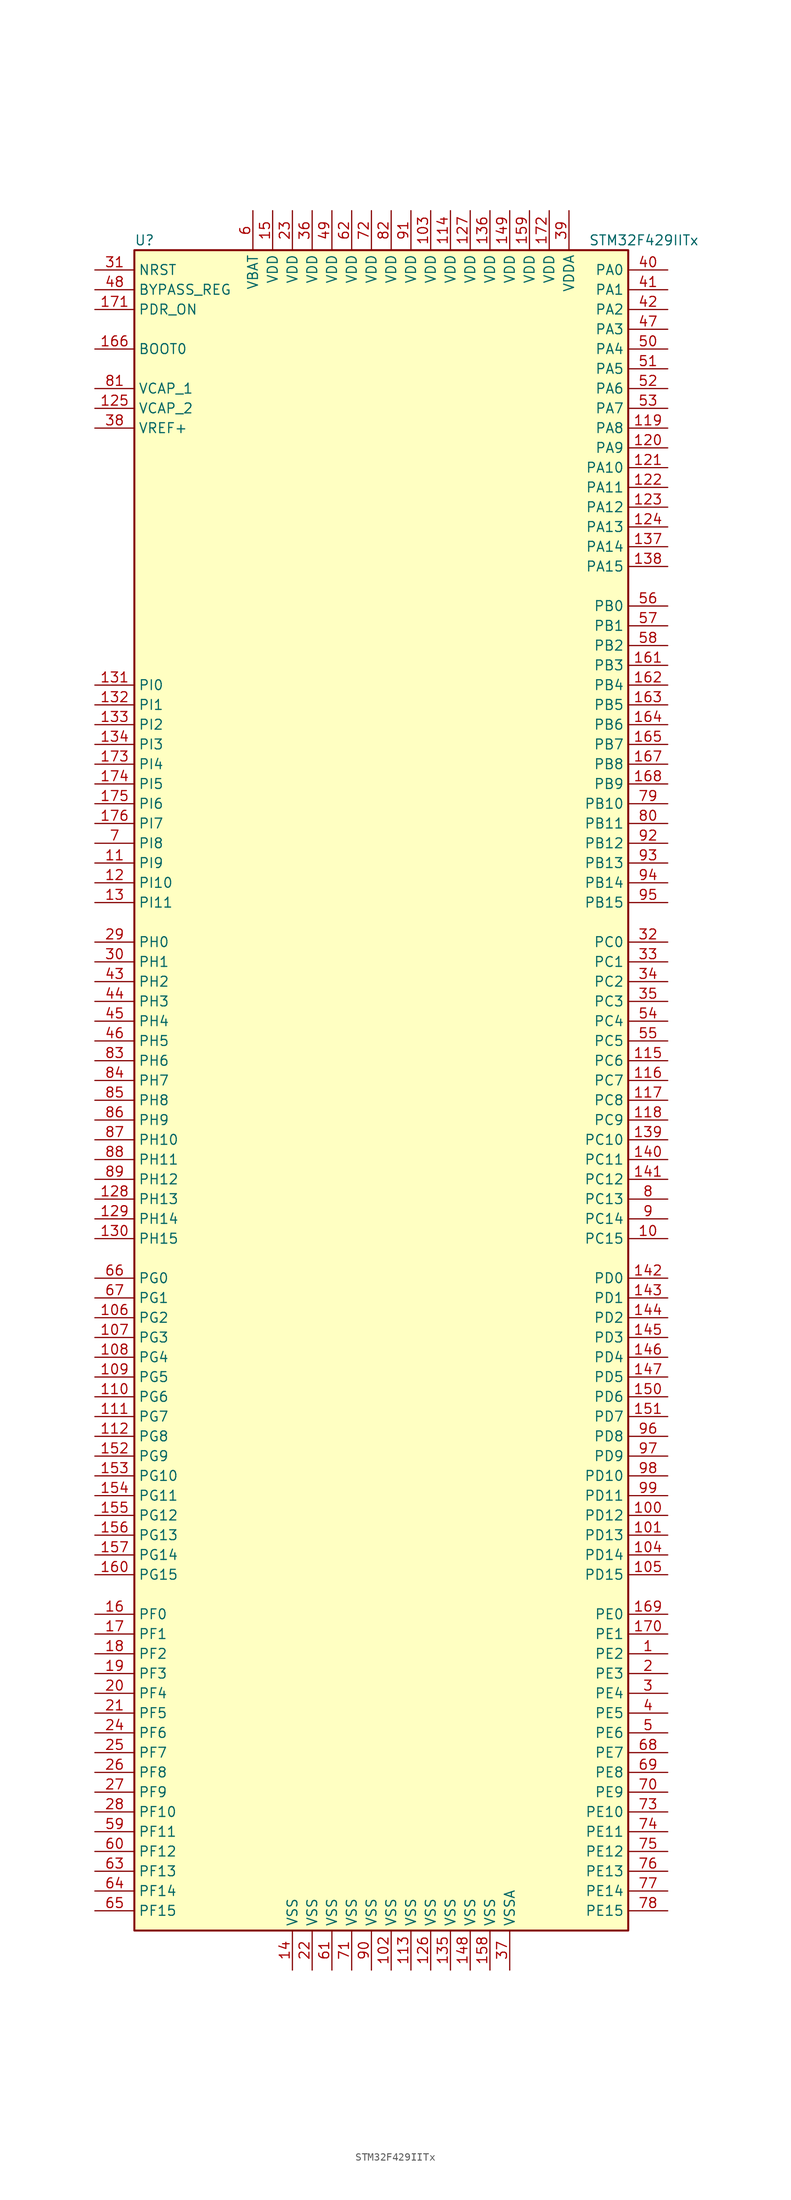
<source format=kicad_sym>
(kicad_symbol_lib
  (version 20220914)
  (generator kicad_symbol_editor)
  (symbol "STM32F429IITx"
    (property "Reference" "U"
      (at -33.02 107.95 0)
      (effects (font (size 1.27 1.27)) (justify left)))
    (property "Value" "STM32F429IITx"
      (at 25.4 107.95 0)
      (effects (font (size 1.27 1.27)) (justify left)))
    (symbol "STM32F429IITx_0_1"
      (rectangle (start -33.02 -109.22) (end 30.48 106.68) (stroke (width 0.254) (type default)) (fill (type background))))
    (symbol "STM32F429IITx_1_1"
      (pin bidirectional line (at 35.56 -73.66 180) (length 5.08) (name "PE2" (effects (font (size 1.27 1.27)))) (number "1" (effects (font (size 1.27 1.27)))))
      (pin bidirectional line (at 35.56 -20.32 180) (length 5.08) (name "PC15" (effects (font (size 1.27 1.27)))) (number "10" (effects (font (size 1.27 1.27)))))
      (pin bidirectional line (at 35.56 -55.88 180) (length 5.08) (name "PD12" (effects (font (size 1.27 1.27)))) (number "100" (effects (font (size 1.27 1.27)))))
      (pin bidirectional line (at 35.56 -58.42 180) (length 5.08) (name "PD13" (effects (font (size 1.27 1.27)))) (number "101" (effects (font (size 1.27 1.27)))))
      (pin power_in line (at 0 -114.3 90) (length 5.08) (name "VSS" (effects (font (size 1.27 1.27)))) (number "102" (effects (font (size 1.27 1.27)))))
      (pin power_in line (at 5.08 111.76 270) (length 5.08) (name "VDD" (effects (font (size 1.27 1.27)))) (number "103" (effects (font (size 1.27 1.27)))))
      (pin bidirectional line (at 35.56 -60.96 180) (length 5.08) (name "PD14" (effects (font (size 1.27 1.27)))) (number "104" (effects (font (size 1.27 1.27)))))
      (pin bidirectional line (at 35.56 -63.5 180) (length 5.08) (name "PD15" (effects (font (size 1.27 1.27)))) (number "105" (effects (font (size 1.27 1.27)))))
      (pin bidirectional line (at -38.1 -30.48 0) (length 5.08) (name "PG2" (effects (font (size 1.27 1.27)))) (number "106" (effects (font (size 1.27 1.27)))))
      (pin bidirectional line (at -38.1 -33.02 0) (length 5.08) (name "PG3" (effects (font (size 1.27 1.27)))) (number "107" (effects (font (size 1.27 1.27)))))
      (pin bidirectional line (at -38.1 -35.56 0) (length 5.08) (name "PG4" (effects (font (size 1.27 1.27)))) (number "108" (effects (font (size 1.27 1.27)))))
      (pin bidirectional line (at -38.1 -38.1 0) (length 5.08) (name "PG5" (effects (font (size 1.27 1.27)))) (number "109" (effects (font (size 1.27 1.27)))))
      (pin bidirectional line (at -38.1 27.94 0) (length 5.08) (name "PI9" (effects (font (size 1.27 1.27)))) (number "11" (effects (font (size 1.27 1.27)))))
      (pin bidirectional line (at -38.1 -40.64 0) (length 5.08) (name "PG6" (effects (font (size 1.27 1.27)))) (number "110" (effects (font (size 1.27 1.27)))))
      (pin bidirectional line (at -38.1 -43.18 0) (length 5.08) (name "PG7" (effects (font (size 1.27 1.27)))) (number "111" (effects (font (size 1.27 1.27)))))
      (pin bidirectional line (at -38.1 -45.72 0) (length 5.08) (name "PG8" (effects (font (size 1.27 1.27)))) (number "112" (effects (font (size 1.27 1.27)))))
      (pin power_in line (at 2.54 -114.3 90) (length 5.08) (name "VSS" (effects (font (size 1.27 1.27)))) (number "113" (effects (font (size 1.27 1.27)))))
      (pin power_in line (at 7.62 111.76 270) (length 5.08) (name "VDD" (effects (font (size 1.27 1.27)))) (number "114" (effects (font (size 1.27 1.27)))))
      (pin bidirectional line (at 35.56 2.54 180) (length 5.08) (name "PC6" (effects (font (size 1.27 1.27)))) (number "115" (effects (font (size 1.27 1.27)))))
      (pin bidirectional line (at 35.56 0 180) (length 5.08) (name "PC7" (effects (font (size 1.27 1.27)))) (number "116" (effects (font (size 1.27 1.27)))))
      (pin bidirectional line (at 35.56 -2.54 180) (length 5.08) (name "PC8" (effects (font (size 1.27 1.27)))) (number "117" (effects (font (size 1.27 1.27)))))
      (pin bidirectional line (at 35.56 -5.08 180) (length 5.08) (name "PC9" (effects (font (size 1.27 1.27)))) (number "118" (effects (font (size 1.27 1.27)))))
      (pin bidirectional line (at 35.56 83.82 180) (length 5.08) (name "PA8" (effects (font (size 1.27 1.27)))) (number "119" (effects (font (size 1.27 1.27)))))
      (pin bidirectional line (at -38.1 25.4 0) (length 5.08) (name "PI10" (effects (font (size 1.27 1.27)))) (number "12" (effects (font (size 1.27 1.27)))))
      (pin bidirectional line (at 35.56 81.28 180) (length 5.08) (name "PA9" (effects (font (size 1.27 1.27)))) (number "120" (effects (font (size 1.27 1.27)))))
      (pin bidirectional line (at 35.56 78.74 180) (length 5.08) (name "PA10" (effects (font (size 1.27 1.27)))) (number "121" (effects (font (size 1.27 1.27)))))
      (pin bidirectional line (at 35.56 76.2 180) (length 5.08) (name "PA11" (effects (font (size 1.27 1.27)))) (number "122" (effects (font (size 1.27 1.27)))))
      (pin bidirectional line (at 35.56 73.66 180) (length 5.08) (name "PA12" (effects (font (size 1.27 1.27)))) (number "123" (effects (font (size 1.27 1.27)))))
      (pin bidirectional line (at 35.56 71.12 180) (length 5.08) (name "PA13" (effects (font (size 1.27 1.27)))) (number "124" (effects (font (size 1.27 1.27)))))
      (pin power_in line (at -38.1 86.36 0) (length 5.08) (name "VCAP_2" (effects (font (size 1.27 1.27)))) (number "125" (effects (font (size 1.27 1.27)))))
      (pin power_in line (at 5.08 -114.3 90) (length 5.08) (name "VSS" (effects (font (size 1.27 1.27)))) (number "126" (effects (font (size 1.27 1.27)))))
      (pin power_in line (at 10.16 111.76 270) (length 5.08) (name "VDD" (effects (font (size 1.27 1.27)))) (number "127" (effects (font (size 1.27 1.27)))))
      (pin bidirectional line (at -38.1 -15.24 0) (length 5.08) (name "PH13" (effects (font (size 1.27 1.27)))) (number "128" (effects (font (size 1.27 1.27)))))
      (pin bidirectional line (at -38.1 -17.78 0) (length 5.08) (name "PH14" (effects (font (size 1.27 1.27)))) (number "129" (effects (font (size 1.27 1.27)))))
      (pin bidirectional line (at -38.1 22.86 0) (length 5.08) (name "PI11" (effects (font (size 1.27 1.27)))) (number "13" (effects (font (size 1.27 1.27)))))
      (pin bidirectional line (at -38.1 -20.32 0) (length 5.08) (name "PH15" (effects (font (size 1.27 1.27)))) (number "130" (effects (font (size 1.27 1.27)))))
      (pin bidirectional line (at -38.1 50.8 0) (length 5.08) (name "PI0" (effects (font (size 1.27 1.27)))) (number "131" (effects (font (size 1.27 1.27)))))
      (pin bidirectional line (at -38.1 48.26 0) (length 5.08) (name "PI1" (effects (font (size 1.27 1.27)))) (number "132" (effects (font (size 1.27 1.27)))))
      (pin bidirectional line (at -38.1 45.72 0) (length 5.08) (name "PI2" (effects (font (size 1.27 1.27)))) (number "133" (effects (font (size 1.27 1.27)))))
      (pin bidirectional line (at -38.1 43.18 0) (length 5.08) (name "PI3" (effects (font (size 1.27 1.27)))) (number "134" (effects (font (size 1.27 1.27)))))
      (pin power_in line (at 7.62 -114.3 90) (length 5.08) (name "VSS" (effects (font (size 1.27 1.27)))) (number "135" (effects (font (size 1.27 1.27)))))
      (pin power_in line (at 12.7 111.76 270) (length 5.08) (name "VDD" (effects (font (size 1.27 1.27)))) (number "136" (effects (font (size 1.27 1.27)))))
      (pin bidirectional line (at 35.56 68.58 180) (length 5.08) (name "PA14" (effects (font (size 1.27 1.27)))) (number "137" (effects (font (size 1.27 1.27)))))
      (pin bidirectional line (at 35.56 66.04 180) (length 5.08) (name "PA15" (effects (font (size 1.27 1.27)))) (number "138" (effects (font (size 1.27 1.27)))))
      (pin bidirectional line (at 35.56 -7.62 180) (length 5.08) (name "PC10" (effects (font (size 1.27 1.27)))) (number "139" (effects (font (size 1.27 1.27)))))
      (pin power_in line (at -12.7 -114.3 90) (length 5.08) (name "VSS" (effects (font (size 1.27 1.27)))) (number "14" (effects (font (size 1.27 1.27)))))
      (pin bidirectional line (at 35.56 -10.16 180) (length 5.08) (name "PC11" (effects (font (size 1.27 1.27)))) (number "140" (effects (font (size 1.27 1.27)))))
      (pin bidirectional line (at 35.56 -12.7 180) (length 5.08) (name "PC12" (effects (font (size 1.27 1.27)))) (number "141" (effects (font (size 1.27 1.27)))))
      (pin bidirectional line (at 35.56 -25.4 180) (length 5.08) (name "PD0" (effects (font (size 1.27 1.27)))) (number "142" (effects (font (size 1.27 1.27)))))
      (pin bidirectional line (at 35.56 -27.94 180) (length 5.08) (name "PD1" (effects (font (size 1.27 1.27)))) (number "143" (effects (font (size 1.27 1.27)))))
      (pin bidirectional line (at 35.56 -30.48 180) (length 5.08) (name "PD2" (effects (font (size 1.27 1.27)))) (number "144" (effects (font (size 1.27 1.27)))))
      (pin bidirectional line (at 35.56 -33.02 180) (length 5.08) (name "PD3" (effects (font (size 1.27 1.27)))) (number "145" (effects (font (size 1.27 1.27)))))
      (pin bidirectional line (at 35.56 -35.56 180) (length 5.08) (name "PD4" (effects (font (size 1.27 1.27)))) (number "146" (effects (font (size 1.27 1.27)))))
      (pin bidirectional line (at 35.56 -38.1 180) (length 5.08) (name "PD5" (effects (font (size 1.27 1.27)))) (number "147" (effects (font (size 1.27 1.27)))))
      (pin power_in line (at 10.16 -114.3 90) (length 5.08) (name "VSS" (effects (font (size 1.27 1.27)))) (number "148" (effects (font (size 1.27 1.27)))))
      (pin power_in line (at 15.24 111.76 270) (length 5.08) (name "VDD" (effects (font (size 1.27 1.27)))) (number "149" (effects (font (size 1.27 1.27)))))
      (pin power_in line (at -15.24 111.76 270) (length 5.08) (name "VDD" (effects (font (size 1.27 1.27)))) (number "15" (effects (font (size 1.27 1.27)))))
      (pin bidirectional line (at 35.56 -40.64 180) (length 5.08) (name "PD6" (effects (font (size 1.27 1.27)))) (number "150" (effects (font (size 1.27 1.27)))))
      (pin bidirectional line (at 35.56 -43.18 180) (length 5.08) (name "PD7" (effects (font (size 1.27 1.27)))) (number "151" (effects (font (size 1.27 1.27)))))
      (pin bidirectional line (at -38.1 -48.26 0) (length 5.08) (name "PG9" (effects (font (size 1.27 1.27)))) (number "152" (effects (font (size 1.27 1.27)))))
      (pin bidirectional line (at -38.1 -50.8 0) (length 5.08) (name "PG10" (effects (font (size 1.27 1.27)))) (number "153" (effects (font (size 1.27 1.27)))))
      (pin bidirectional line (at -38.1 -53.34 0) (length 5.08) (name "PG11" (effects (font (size 1.27 1.27)))) (number "154" (effects (font (size 1.27 1.27)))))
      (pin bidirectional line (at -38.1 -55.88 0) (length 5.08) (name "PG12" (effects (font (size 1.27 1.27)))) (number "155" (effects (font (size 1.27 1.27)))))
      (pin bidirectional line (at -38.1 -58.42 0) (length 5.08) (name "PG13" (effects (font (size 1.27 1.27)))) (number "156" (effects (font (size 1.27 1.27)))))
      (pin bidirectional line (at -38.1 -60.96 0) (length 5.08) (name "PG14" (effects (font (size 1.27 1.27)))) (number "157" (effects (font (size 1.27 1.27)))))
      (pin power_in line (at 12.7 -114.3 90) (length 5.08) (name "VSS" (effects (font (size 1.27 1.27)))) (number "158" (effects (font (size 1.27 1.27)))))
      (pin power_in line (at 17.78 111.76 270) (length 5.08) (name "VDD" (effects (font (size 1.27 1.27)))) (number "159" (effects (font (size 1.27 1.27)))))
      (pin bidirectional line (at -38.1 -68.58 0) (length 5.08) (name "PF0" (effects (font (size 1.27 1.27)))) (number "16" (effects (font (size 1.27 1.27)))))
      (pin bidirectional line (at -38.1 -63.5 0) (length 5.08) (name "PG15" (effects (font (size 1.27 1.27)))) (number "160" (effects (font (size 1.27 1.27)))))
      (pin bidirectional line (at 35.56 53.34 180) (length 5.08) (name "PB3" (effects (font (size 1.27 1.27)))) (number "161" (effects (font (size 1.27 1.27)))))
      (pin bidirectional line (at 35.56 50.8 180) (length 5.08) (name "PB4" (effects (font (size 1.27 1.27)))) (number "162" (effects (font (size 1.27 1.27)))))
      (pin bidirectional line (at 35.56 48.26 180) (length 5.08) (name "PB5" (effects (font (size 1.27 1.27)))) (number "163" (effects (font (size 1.27 1.27)))))
      (pin bidirectional line (at 35.56 45.72 180) (length 5.08) (name "PB6" (effects (font (size 1.27 1.27)))) (number "164" (effects (font (size 1.27 1.27)))))
      (pin bidirectional line (at 35.56 43.18 180) (length 5.08) (name "PB7" (effects (font (size 1.27 1.27)))) (number "165" (effects (font (size 1.27 1.27)))))
      (pin input line (at -38.1 93.98 0) (length 5.08) (name "BOOT0" (effects (font (size 1.27 1.27)))) (number "166" (effects (font (size 1.27 1.27)))))
      (pin bidirectional line (at 35.56 40.64 180) (length 5.08) (name "PB8" (effects (font (size 1.27 1.27)))) (number "167" (effects (font (size 1.27 1.27)))))
      (pin bidirectional line (at 35.56 38.1 180) (length 5.08) (name "PB9" (effects (font (size 1.27 1.27)))) (number "168" (effects (font (size 1.27 1.27)))))
      (pin bidirectional line (at 35.56 -68.58 180) (length 5.08) (name "PE0" (effects (font (size 1.27 1.27)))) (number "169" (effects (font (size 1.27 1.27)))))
      (pin bidirectional line (at -38.1 -71.12 0) (length 5.08) (name "PF1" (effects (font (size 1.27 1.27)))) (number "17" (effects (font (size 1.27 1.27)))))
      (pin bidirectional line (at 35.56 -71.12 180) (length 5.08) (name "PE1" (effects (font (size 1.27 1.27)))) (number "170" (effects (font (size 1.27 1.27)))))
      (pin input line (at -38.1 99.06 0) (length 5.08) (name "PDR_ON" (effects (font (size 1.27 1.27)))) (number "171" (effects (font (size 1.27 1.27)))))
      (pin power_in line (at 20.32 111.76 270) (length 5.08) (name "VDD" (effects (font (size 1.27 1.27)))) (number "172" (effects (font (size 1.27 1.27)))))
      (pin bidirectional line (at -38.1 40.64 0) (length 5.08) (name "PI4" (effects (font (size 1.27 1.27)))) (number "173" (effects (font (size 1.27 1.27)))))
      (pin bidirectional line (at -38.1 38.1 0) (length 5.08) (name "PI5" (effects (font (size 1.27 1.27)))) (number "174" (effects (font (size 1.27 1.27)))))
      (pin bidirectional line (at -38.1 35.56 0) (length 5.08) (name "PI6" (effects (font (size 1.27 1.27)))) (number "175" (effects (font (size 1.27 1.27)))))
      (pin bidirectional line (at -38.1 33.02 0) (length 5.08) (name "PI7" (effects (font (size 1.27 1.27)))) (number "176" (effects (font (size 1.27 1.27)))))
      (pin bidirectional line (at -38.1 -73.66 0) (length 5.08) (name "PF2" (effects (font (size 1.27 1.27)))) (number "18" (effects (font (size 1.27 1.27)))))
      (pin bidirectional line (at -38.1 -76.2 0) (length 5.08) (name "PF3" (effects (font (size 1.27 1.27)))) (number "19" (effects (font (size 1.27 1.27)))))
      (pin bidirectional line (at 35.56 -76.2 180) (length 5.08) (name "PE3" (effects (font (size 1.27 1.27)))) (number "2" (effects (font (size 1.27 1.27)))))
      (pin bidirectional line (at -38.1 -78.74 0) (length 5.08) (name "PF4" (effects (font (size 1.27 1.27)))) (number "20" (effects (font (size 1.27 1.27)))))
      (pin bidirectional line (at -38.1 -81.28 0) (length 5.08) (name "PF5" (effects (font (size 1.27 1.27)))) (number "21" (effects (font (size 1.27 1.27)))))
      (pin power_in line (at -10.16 -114.3 90) (length 5.08) (name "VSS" (effects (font (size 1.27 1.27)))) (number "22" (effects (font (size 1.27 1.27)))))
      (pin power_in line (at -12.7 111.76 270) (length 5.08) (name "VDD" (effects (font (size 1.27 1.27)))) (number "23" (effects (font (size 1.27 1.27)))))
      (pin bidirectional line (at -38.1 -83.82 0) (length 5.08) (name "PF6" (effects (font (size 1.27 1.27)))) (number "24" (effects (font (size 1.27 1.27)))))
      (pin bidirectional line (at -38.1 -86.36 0) (length 5.08) (name "PF7" (effects (font (size 1.27 1.27)))) (number "25" (effects (font (size 1.27 1.27)))))
      (pin bidirectional line (at -38.1 -88.9 0) (length 5.08) (name "PF8" (effects (font (size 1.27 1.27)))) (number "26" (effects (font (size 1.27 1.27)))))
      (pin bidirectional line (at -38.1 -91.44 0) (length 5.08) (name "PF9" (effects (font (size 1.27 1.27)))) (number "27" (effects (font (size 1.27 1.27)))))
      (pin bidirectional line (at -38.1 -93.98 0) (length 5.08) (name "PF10" (effects (font (size 1.27 1.27)))) (number "28" (effects (font (size 1.27 1.27)))))
      (pin input line (at -38.1 17.78 0) (length 5.08) (name "PH0" (effects (font (size 1.27 1.27)))) (number "29" (effects (font (size 1.27 1.27)))))
      (pin bidirectional line (at 35.56 -78.74 180) (length 5.08) (name "PE4" (effects (font (size 1.27 1.27)))) (number "3" (effects (font (size 1.27 1.27)))))
      (pin input line (at -38.1 15.24 0) (length 5.08) (name "PH1" (effects (font (size 1.27 1.27)))) (number "30" (effects (font (size 1.27 1.27)))))
      (pin input line (at -38.1 104.14 0) (length 5.08) (name "NRST" (effects (font (size 1.27 1.27)))) (number "31" (effects (font (size 1.27 1.27)))))
      (pin bidirectional line (at 35.56 17.78 180) (length 5.08) (name "PC0" (effects (font (size 1.27 1.27)))) (number "32" (effects (font (size 1.27 1.27)))))
      (pin bidirectional line (at 35.56 15.24 180) (length 5.08) (name "PC1" (effects (font (size 1.27 1.27)))) (number "33" (effects (font (size 1.27 1.27)))))
      (pin bidirectional line (at 35.56 12.7 180) (length 5.08) (name "PC2" (effects (font (size 1.27 1.27)))) (number "34" (effects (font (size 1.27 1.27)))))
      (pin bidirectional line (at 35.56 10.16 180) (length 5.08) (name "PC3" (effects (font (size 1.27 1.27)))) (number "35" (effects (font (size 1.27 1.27)))))
      (pin power_in line (at -10.16 111.76 270) (length 5.08) (name "VDD" (effects (font (size 1.27 1.27)))) (number "36" (effects (font (size 1.27 1.27)))))
      (pin power_in line (at 15.24 -114.3 90) (length 5.08) (name "VSSA" (effects (font (size 1.27 1.27)))) (number "37" (effects (font (size 1.27 1.27)))))
      (pin power_in line (at -38.1 83.82 0) (length 5.08) (name "VREF+" (effects (font (size 1.27 1.27)))) (number "38" (effects (font (size 1.27 1.27)))))
      (pin power_in line (at 22.86 111.76 270) (length 5.08) (name "VDDA" (effects (font (size 1.27 1.27)))) (number "39" (effects (font (size 1.27 1.27)))))
      (pin bidirectional line (at 35.56 -81.28 180) (length 5.08) (name "PE5" (effects (font (size 1.27 1.27)))) (number "4" (effects (font (size 1.27 1.27)))))
      (pin bidirectional line (at 35.56 104.14 180) (length 5.08) (name "PA0" (effects (font (size 1.27 1.27)))) (number "40" (effects (font (size 1.27 1.27)))))
      (pin bidirectional line (at 35.56 101.6 180) (length 5.08) (name "PA1" (effects (font (size 1.27 1.27)))) (number "41" (effects (font (size 1.27 1.27)))))
      (pin bidirectional line (at 35.56 99.06 180) (length 5.08) (name "PA2" (effects (font (size 1.27 1.27)))) (number "42" (effects (font (size 1.27 1.27)))))
      (pin bidirectional line (at -38.1 12.7 0) (length 5.08) (name "PH2" (effects (font (size 1.27 1.27)))) (number "43" (effects (font (size 1.27 1.27)))))
      (pin bidirectional line (at -38.1 10.16 0) (length 5.08) (name "PH3" (effects (font (size 1.27 1.27)))) (number "44" (effects (font (size 1.27 1.27)))))
      (pin bidirectional line (at -38.1 7.62 0) (length 5.08) (name "PH4" (effects (font (size 1.27 1.27)))) (number "45" (effects (font (size 1.27 1.27)))))
      (pin bidirectional line (at -38.1 5.08 0) (length 5.08) (name "PH5" (effects (font (size 1.27 1.27)))) (number "46" (effects (font (size 1.27 1.27)))))
      (pin bidirectional line (at 35.56 96.52 180) (length 5.08) (name "PA3" (effects (font (size 1.27 1.27)))) (number "47" (effects (font (size 1.27 1.27)))))
      (pin input line (at -38.1 101.6 0) (length 5.08) (name "BYPASS_REG" (effects (font (size 1.27 1.27)))) (number "48" (effects (font (size 1.27 1.27)))))
      (pin power_in line (at -7.62 111.76 270) (length 5.08) (name "VDD" (effects (font (size 1.27 1.27)))) (number "49" (effects (font (size 1.27 1.27)))))
      (pin bidirectional line (at 35.56 -83.82 180) (length 5.08) (name "PE6" (effects (font (size 1.27 1.27)))) (number "5" (effects (font (size 1.27 1.27)))))
      (pin bidirectional line (at 35.56 93.98 180) (length 5.08) (name "PA4" (effects (font (size 1.27 1.27)))) (number "50" (effects (font (size 1.27 1.27)))))
      (pin bidirectional line (at 35.56 91.44 180) (length 5.08) (name "PA5" (effects (font (size 1.27 1.27)))) (number "51" (effects (font (size 1.27 1.27)))))
      (pin bidirectional line (at 35.56 88.9 180) (length 5.08) (name "PA6" (effects (font (size 1.27 1.27)))) (number "52" (effects (font (size 1.27 1.27)))))
      (pin bidirectional line (at 35.56 86.36 180) (length 5.08) (name "PA7" (effects (font (size 1.27 1.27)))) (number "53" (effects (font (size 1.27 1.27)))))
      (pin bidirectional line (at 35.56 7.62 180) (length 5.08) (name "PC4" (effects (font (size 1.27 1.27)))) (number "54" (effects (font (size 1.27 1.27)))))
      (pin bidirectional line (at 35.56 5.08 180) (length 5.08) (name "PC5" (effects (font (size 1.27 1.27)))) (number "55" (effects (font (size 1.27 1.27)))))
      (pin bidirectional line (at 35.56 60.96 180) (length 5.08) (name "PB0" (effects (font (size 1.27 1.27)))) (number "56" (effects (font (size 1.27 1.27)))))
      (pin bidirectional line (at 35.56 58.42 180) (length 5.08) (name "PB1" (effects (font (size 1.27 1.27)))) (number "57" (effects (font (size 1.27 1.27)))))
      (pin bidirectional line (at 35.56 55.88 180) (length 5.08) (name "PB2" (effects (font (size 1.27 1.27)))) (number "58" (effects (font (size 1.27 1.27)))))
      (pin bidirectional line (at -38.1 -96.52 0) (length 5.08) (name "PF11" (effects (font (size 1.27 1.27)))) (number "59" (effects (font (size 1.27 1.27)))))
      (pin power_in line (at -17.78 111.76 270) (length 5.08) (name "VBAT" (effects (font (size 1.27 1.27)))) (number "6" (effects (font (size 1.27 1.27)))))
      (pin bidirectional line (at -38.1 -99.06 0) (length 5.08) (name "PF12" (effects (font (size 1.27 1.27)))) (number "60" (effects (font (size 1.27 1.27)))))
      (pin power_in line (at -7.62 -114.3 90) (length 5.08) (name "VSS" (effects (font (size 1.27 1.27)))) (number "61" (effects (font (size 1.27 1.27)))))
      (pin power_in line (at -5.08 111.76 270) (length 5.08) (name "VDD" (effects (font (size 1.27 1.27)))) (number "62" (effects (font (size 1.27 1.27)))))
      (pin bidirectional line (at -38.1 -101.6 0) (length 5.08) (name "PF13" (effects (font (size 1.27 1.27)))) (number "63" (effects (font (size 1.27 1.27)))))
      (pin bidirectional line (at -38.1 -104.14 0) (length 5.08) (name "PF14" (effects (font (size 1.27 1.27)))) (number "64" (effects (font (size 1.27 1.27)))))
      (pin bidirectional line (at -38.1 -106.68 0) (length 5.08) (name "PF15" (effects (font (size 1.27 1.27)))) (number "65" (effects (font (size 1.27 1.27)))))
      (pin bidirectional line (at -38.1 -25.4 0) (length 5.08) (name "PG0" (effects (font (size 1.27 1.27)))) (number "66" (effects (font (size 1.27 1.27)))))
      (pin bidirectional line (at -38.1 -27.94 0) (length 5.08) (name "PG1" (effects (font (size 1.27 1.27)))) (number "67" (effects (font (size 1.27 1.27)))))
      (pin bidirectional line (at 35.56 -86.36 180) (length 5.08) (name "PE7" (effects (font (size 1.27 1.27)))) (number "68" (effects (font (size 1.27 1.27)))))
      (pin bidirectional line (at 35.56 -88.9 180) (length 5.08) (name "PE8" (effects (font (size 1.27 1.27)))) (number "69" (effects (font (size 1.27 1.27)))))
      (pin bidirectional line (at -38.1 30.48 0) (length 5.08) (name "PI8" (effects (font (size 1.27 1.27)))) (number "7" (effects (font (size 1.27 1.27)))))
      (pin bidirectional line (at 35.56 -91.44 180) (length 5.08) (name "PE9" (effects (font (size 1.27 1.27)))) (number "70" (effects (font (size 1.27 1.27)))))
      (pin power_in line (at -5.08 -114.3 90) (length 5.08) (name "VSS" (effects (font (size 1.27 1.27)))) (number "71" (effects (font (size 1.27 1.27)))))
      (pin power_in line (at -2.54 111.76 270) (length 5.08) (name "VDD" (effects (font (size 1.27 1.27)))) (number "72" (effects (font (size 1.27 1.27)))))
      (pin bidirectional line (at 35.56 -93.98 180) (length 5.08) (name "PE10" (effects (font (size 1.27 1.27)))) (number "73" (effects (font (size 1.27 1.27)))))
      (pin bidirectional line (at 35.56 -96.52 180) (length 5.08) (name "PE11" (effects (font (size 1.27 1.27)))) (number "74" (effects (font (size 1.27 1.27)))))
      (pin bidirectional line (at 35.56 -99.06 180) (length 5.08) (name "PE12" (effects (font (size 1.27 1.27)))) (number "75" (effects (font (size 1.27 1.27)))))
      (pin bidirectional line (at 35.56 -101.6 180) (length 5.08) (name "PE13" (effects (font (size 1.27 1.27)))) (number "76" (effects (font (size 1.27 1.27)))))
      (pin bidirectional line (at 35.56 -104.14 180) (length 5.08) (name "PE14" (effects (font (size 1.27 1.27)))) (number "77" (effects (font (size 1.27 1.27)))))
      (pin bidirectional line (at 35.56 -106.68 180) (length 5.08) (name "PE15" (effects (font (size 1.27 1.27)))) (number "78" (effects (font (size 1.27 1.27)))))
      (pin bidirectional line (at 35.56 35.56 180) (length 5.08) (name "PB10" (effects (font (size 1.27 1.27)))) (number "79" (effects (font (size 1.27 1.27)))))
      (pin bidirectional line (at 35.56 -15.24 180) (length 5.08) (name "PC13" (effects (font (size 1.27 1.27)))) (number "8" (effects (font (size 1.27 1.27)))))
      (pin bidirectional line (at 35.56 33.02 180) (length 5.08) (name "PB11" (effects (font (size 1.27 1.27)))) (number "80" (effects (font (size 1.27 1.27)))))
      (pin power_in line (at -38.1 88.9 0) (length 5.08) (name "VCAP_1" (effects (font (size 1.27 1.27)))) (number "81" (effects (font (size 1.27 1.27)))))
      (pin power_in line (at 0 111.76 270) (length 5.08) (name "VDD" (effects (font (size 1.27 1.27)))) (number "82" (effects (font (size 1.27 1.27)))))
      (pin bidirectional line (at -38.1 2.54 0) (length 5.08) (name "PH6" (effects (font (size 1.27 1.27)))) (number "83" (effects (font (size 1.27 1.27)))))
      (pin bidirectional line (at -38.1 0 0) (length 5.08) (name "PH7" (effects (font (size 1.27 1.27)))) (number "84" (effects (font (size 1.27 1.27)))))
      (pin bidirectional line (at -38.1 -2.54 0) (length 5.08) (name "PH8" (effects (font (size 1.27 1.27)))) (number "85" (effects (font (size 1.27 1.27)))))
      (pin bidirectional line (at -38.1 -5.08 0) (length 5.08) (name "PH9" (effects (font (size 1.27 1.27)))) (number "86" (effects (font (size 1.27 1.27)))))
      (pin bidirectional line (at -38.1 -7.62 0) (length 5.08) (name "PH10" (effects (font (size 1.27 1.27)))) (number "87" (effects (font (size 1.27 1.27)))))
      (pin bidirectional line (at -38.1 -10.16 0) (length 5.08) (name "PH11" (effects (font (size 1.27 1.27)))) (number "88" (effects (font (size 1.27 1.27)))))
      (pin bidirectional line (at -38.1 -12.7 0) (length 5.08) (name "PH12" (effects (font (size 1.27 1.27)))) (number "89" (effects (font (size 1.27 1.27)))))
      (pin bidirectional line (at 35.56 -17.78 180) (length 5.08) (name "PC14" (effects (font (size 1.27 1.27)))) (number "9" (effects (font (size 1.27 1.27)))))
      (pin power_in line (at -2.54 -114.3 90) (length 5.08) (name "VSS" (effects (font (size 1.27 1.27)))) (number "90" (effects (font (size 1.27 1.27)))))
      (pin power_in line (at 2.54 111.76 270) (length 5.08) (name "VDD" (effects (font (size 1.27 1.27)))) (number "91" (effects (font (size 1.27 1.27)))))
      (pin bidirectional line (at 35.56 30.48 180) (length 5.08) (name "PB12" (effects (font (size 1.27 1.27)))) (number "92" (effects (font (size 1.27 1.27)))))
      (pin bidirectional line (at 35.56 27.94 180) (length 5.08) (name "PB13" (effects (font (size 1.27 1.27)))) (number "93" (effects (font (size 1.27 1.27)))))
      (pin bidirectional line (at 35.56 25.4 180) (length 5.08) (name "PB14" (effects (font (size 1.27 1.27)))) (number "94" (effects (font (size 1.27 1.27)))))
      (pin bidirectional line (at 35.56 22.86 180) (length 5.08) (name "PB15" (effects (font (size 1.27 1.27)))) (number "95" (effects (font (size 1.27 1.27)))))
      (pin bidirectional line (at 35.56 -45.72 180) (length 5.08) (name "PD8" (effects (font (size 1.27 1.27)))) (number "96" (effects (font (size 1.27 1.27)))))
      (pin bidirectional line (at 35.56 -48.26 180) (length 5.08) (name "PD9" (effects (font (size 1.27 1.27)))) (number "97" (effects (font (size 1.27 1.27)))))
      (pin bidirectional line (at 35.56 -50.8 180) (length 5.08) (name "PD10" (effects (font (size 1.27 1.27)))) (number "98" (effects (font (size 1.27 1.27)))))
      (pin bidirectional line (at 35.56 -53.34 180) (length 5.08) (name "PD11" (effects (font (size 1.27 1.27)))) (number "99" (effects (font (size 1.27 1.27))))))))
</source>
